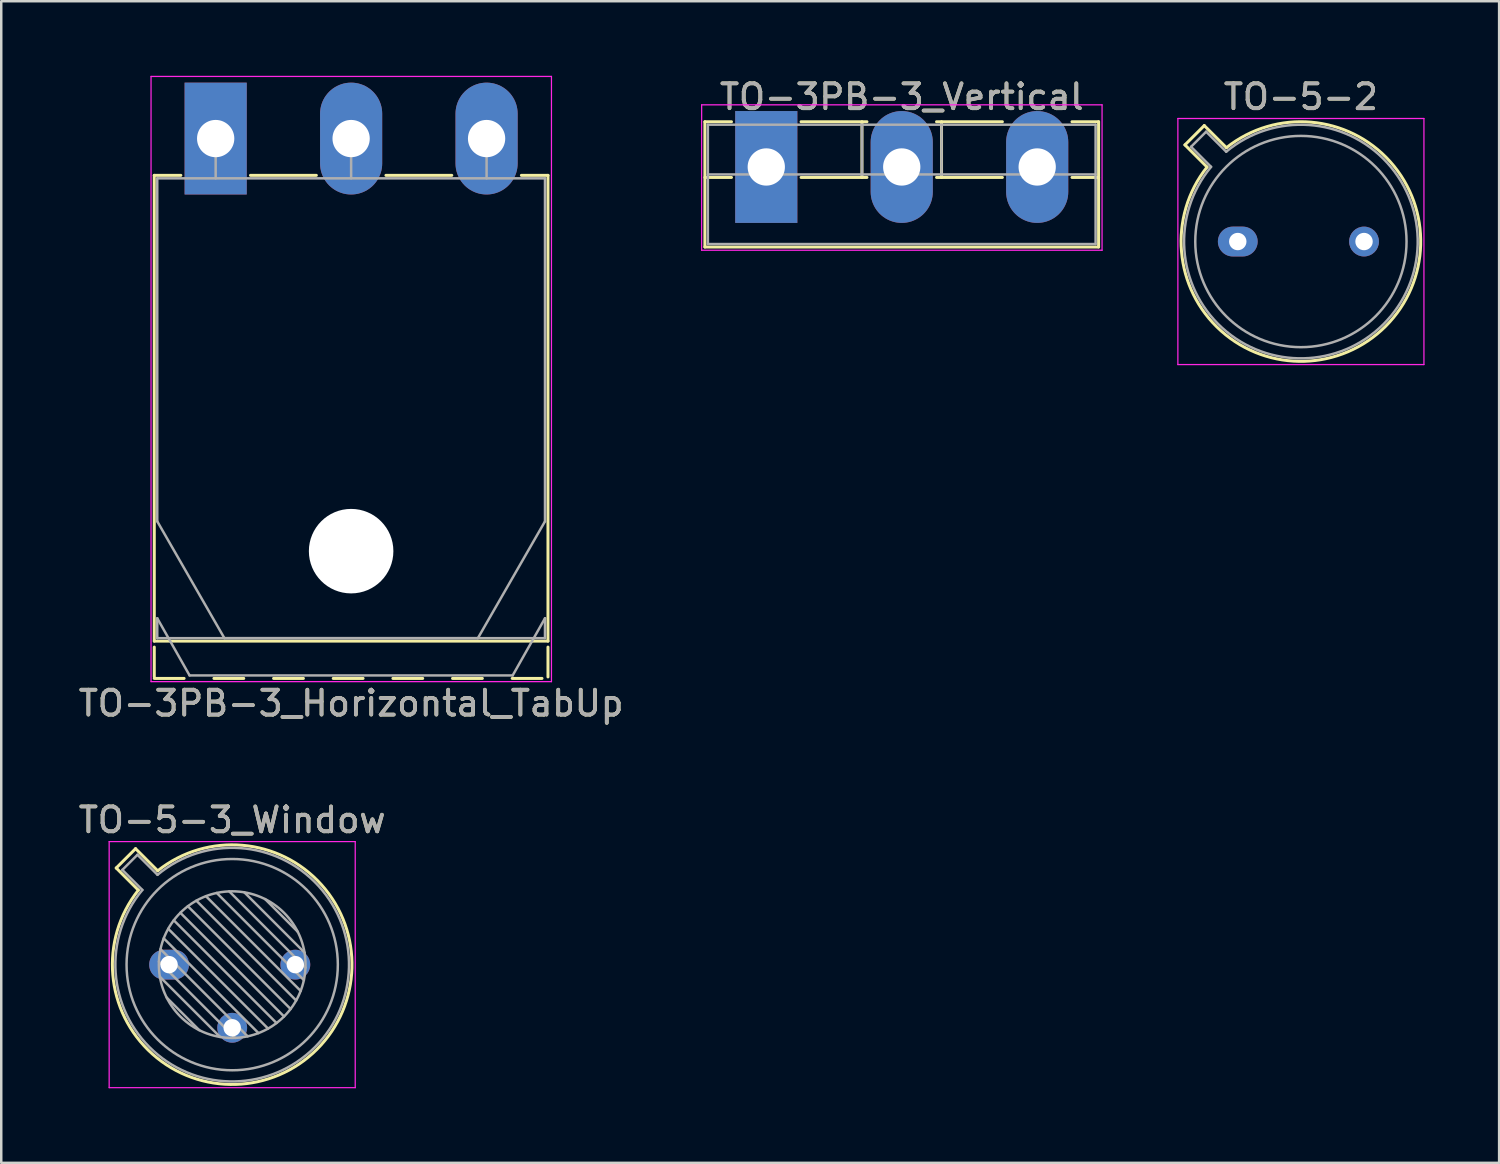
<source format=kicad_pcb>
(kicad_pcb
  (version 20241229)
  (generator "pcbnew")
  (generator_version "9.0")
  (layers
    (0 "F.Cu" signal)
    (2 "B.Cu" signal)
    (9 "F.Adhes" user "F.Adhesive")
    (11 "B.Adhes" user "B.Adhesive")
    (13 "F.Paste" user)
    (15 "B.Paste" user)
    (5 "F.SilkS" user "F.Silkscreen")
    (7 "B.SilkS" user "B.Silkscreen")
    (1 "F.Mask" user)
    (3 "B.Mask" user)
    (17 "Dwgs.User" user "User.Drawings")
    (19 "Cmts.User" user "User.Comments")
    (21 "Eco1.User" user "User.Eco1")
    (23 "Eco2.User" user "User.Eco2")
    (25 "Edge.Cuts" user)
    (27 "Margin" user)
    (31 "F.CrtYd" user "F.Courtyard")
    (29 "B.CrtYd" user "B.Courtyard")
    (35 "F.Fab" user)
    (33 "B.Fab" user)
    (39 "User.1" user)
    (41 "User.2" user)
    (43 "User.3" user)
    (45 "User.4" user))
  (footprint "TO-3PB-3_Vertical"
    (layer "F.Cu")
    (at 27.78 3.668)
    (property "Reference" "TO-3PB-3_Vertical" (at 5.45 -2.82 0) (layer "F.SilkS") (effects (font (size 1 1) (thickness 0.15))))
    (attr through_hole)
    (fp_line (start -2.47 -1.82) (end -2.47 3.22) (stroke (width 0.12) (type solid)) (layer "F.SilkS"))
    (fp_line (start -2.47 -1.82) (end -1.4 -1.82) (stroke (width 0.12) (type solid)) (layer "F.SilkS"))
    (fp_line (start -2.47 0.421) (end -1.4 0.421) (stroke (width 0.12) (type solid)) (layer "F.SilkS"))
    (fp_line (start -2.47 3.22) (end 13.37 3.22) (stroke (width 0.12) (type solid)) (layer "F.SilkS"))
    (fp_line (start 1.4 -1.82) (end 4.051 -1.82) (stroke (width 0.12) (type solid)) (layer "F.SilkS"))
    (fp_line (start 1.4 0.421) (end 4.051 0.421) (stroke (width 0.12) (type solid)) (layer "F.SilkS"))
    (fp_line (start 3.85 -1.82) (end 3.85 0.421) (stroke (width 0.12) (type solid)) (layer "F.SilkS"))
    (fp_line (start 6.85 -1.82) (end 9.5 -1.82) (stroke (width 0.12) (type solid)) (layer "F.SilkS"))
    (fp_line (start 6.85 0.421) (end 9.5 0.421) (stroke (width 0.12) (type solid)) (layer "F.SilkS"))
    (fp_line (start 7.051 -1.82) (end 7.051 0.421) (stroke (width 0.12) (type solid)) (layer "F.SilkS"))
    (fp_line (start 12.3 -1.82) (end 13.37 -1.82) (stroke (width 0.12) (type solid)) (layer "F.SilkS"))
    (fp_line (start 12.3 0.421) (end 13.37 0.421) (stroke (width 0.12) (type solid)) (layer "F.SilkS"))
    (fp_line (start 13.37 -1.82) (end 13.37 3.22) (stroke (width 0.12) (type solid)) (layer "F.SilkS"))
    (fp_line (start -2.6 -2.5) (end -2.6 3.35) (stroke (width 0.05) (type solid)) (layer "F.CrtYd"))
    (fp_line (start -2.6 3.35) (end 13.51 3.35) (stroke (width 0.05) (type solid)) (layer "F.CrtYd"))
    (fp_line (start 13.51 -2.5) (end -2.6 -2.5) (stroke (width 0.05) (type solid)) (layer "F.CrtYd"))
    (fp_line (start 13.51 3.35) (end 13.51 -2.5) (stroke (width 0.05) (type solid)) (layer "F.CrtYd"))
    (fp_line (start -2.35 -1.7) (end -2.35 3.1) (stroke (width 0.1) (type solid)) (layer "F.Fab"))
    (fp_line (start -2.35 0.3) (end 13.25 0.3) (stroke (width 0.1) (type solid)) (layer "F.Fab"))
    (fp_line (start -2.35 3.1) (end 13.25 3.1) (stroke (width 0.1) (type solid)) (layer "F.Fab"))
    (fp_line (start 3.85 -1.7) (end 3.85 0.3) (stroke (width 0.1) (type solid)) (layer "F.Fab"))
    (fp_line (start 7.05 -1.7) (end 7.05 0.3) (stroke (width 0.1) (type solid)) (layer "F.Fab"))
    (fp_line (start 13.25 -1.7) (end -2.35 -1.7) (stroke (width 0.1) (type solid)) (layer "F.Fab"))
    (fp_line (start 13.25 3.1) (end 13.25 -1.7) (stroke (width 0.1) (type solid)) (layer "F.Fab"))
    (fp_text user "${REFERENCE}" (at 5.45 -2.82 0) (layer "F.Fab") (effects (font (size 1 1) (thickness 0.15))))
    (pad "1" thru_hole rect (at 0 0) (size 2.5 4.5) (drill 1.5) (layers "*.Cu" "*.Mask"))
    (pad "2" thru_hole oval (at 5.45 0) (size 2.5 4.5) (drill 1.5) (layers "*.Cu" "*.Mask"))
    (pad "3" thru_hole oval (at 10.9 0) (size 2.5 4.5) (drill 1.5) (layers "*.Cu" "*.Mask")))
  (footprint "TO-3PB-3_Horizontal_TabUp"
    (layer "F.Cu")
    (at 5.627 2.525)
    (property "Reference" "TO-3PB-3_Horizontal_TabUp" (at 5.45 22.72 0) (layer "F.SilkS") (effects (font (size 1 1) (thickness 0.15))))
    (attr through_hole)
    (fp_line (start -2.47 1.48) (end -2.47 20.22) (stroke (width 0.12) (type solid)) (layer "F.SilkS"))
    (fp_line (start -2.47 1.48) (end -1.4 1.48) (stroke (width 0.12) (type solid)) (layer "F.SilkS"))
    (fp_line (start -2.47 20.22) (end 13.37 20.22) (stroke (width 0.12) (type solid)) (layer "F.SilkS"))
    (fp_line (start -2.47 20.46) (end -2.47 21.66) (stroke (width 0.12) (type solid)) (layer "F.SilkS"))
    (fp_line (start -2.47 21.72) (end -1.27 21.72) (stroke (width 0.12) (type solid)) (layer "F.SilkS"))
    (fp_line (start -0.07 21.72) (end 1.13 21.72) (stroke (width 0.12) (type solid)) (layer "F.SilkS"))
    (fp_line (start 1.4 1.48) (end 4.051 1.48) (stroke (width 0.12) (type solid)) (layer "F.SilkS"))
    (fp_line (start 2.33 21.72) (end 3.53 21.72) (stroke (width 0.12) (type solid)) (layer "F.SilkS"))
    (fp_line (start 4.73 21.72) (end 5.931 21.72) (stroke (width 0.12) (type solid)) (layer "F.SilkS"))
    (fp_line (start 6.85 1.48) (end 9.5 1.48) (stroke (width 0.12) (type solid)) (layer "F.SilkS"))
    (fp_line (start 7.131 21.72) (end 8.33 21.72) (stroke (width 0.12) (type solid)) (layer "F.SilkS"))
    (fp_line (start 9.53 21.72) (end 10.73 21.72) (stroke (width 0.12) (type solid)) (layer "F.SilkS"))
    (fp_line (start 11.93 21.72) (end 13.13 21.72) (stroke (width 0.12) (type solid)) (layer "F.SilkS"))
    (fp_line (start 12.3 1.48) (end 13.37 1.48) (stroke (width 0.12) (type solid)) (layer "F.SilkS"))
    (fp_line (start 13.37 1.48) (end 13.37 20.22) (stroke (width 0.12) (type solid)) (layer "F.SilkS"))
    (fp_line (start 13.37 20.46) (end 13.37 21.66) (stroke (width 0.12) (type solid)) (layer "F.SilkS"))
    (fp_line (start -2.6 -2.5) (end -2.6 21.85) (stroke (width 0.05) (type solid)) (layer "F.CrtYd"))
    (fp_line (start -2.6 21.85) (end 13.51 21.85) (stroke (width 0.05) (type solid)) (layer "F.CrtYd"))
    (fp_line (start 13.51 -2.5) (end -2.6 -2.5) (stroke (width 0.05) (type solid)) (layer "F.CrtYd"))
    (fp_line (start 13.51 21.85) (end 13.51 -2.5) (stroke (width 0.05) (type solid)) (layer "F.CrtYd"))
    (fp_line (start -2.35 1.6) (end -2.35 15.401) (stroke (width 0.1) (type solid)) (layer "F.Fab"))
    (fp_line (start -2.35 15.401) (end 0.351 20.1) (stroke (width 0.1) (type solid)) (layer "F.Fab"))
    (fp_line (start -2.35 19.3) (end -1.05 21.6) (stroke (width 0.1) (type solid)) (layer "F.Fab"))
    (fp_line (start -2.35 20.1) (end -2.35 19.3) (stroke (width 0.1) (type solid)) (layer "F.Fab"))
    (fp_line (start -1.05 21.6) (end 11.95 21.6) (stroke (width 0.1) (type solid)) (layer "F.Fab"))
    (fp_line (start 0 1.6) (end 0 0) (stroke (width 0.1) (type solid)) (layer "F.Fab"))
    (fp_line (start 0.351 20.1) (end 10.55 20.1) (stroke (width 0.1) (type solid)) (layer "F.Fab"))
    (fp_line (start 5.45 1.6) (end 5.45 0) (stroke (width 0.1) (type solid)) (layer "F.Fab"))
    (fp_line (start 10.55 20.1) (end 13.25 15.401) (stroke (width 0.1) (type solid)) (layer "F.Fab"))
    (fp_line (start 10.9 1.6) (end 10.9 0) (stroke (width 0.1) (type solid)) (layer "F.Fab"))
    (fp_line (start 11.95 21.6) (end 13.25 19.3) (stroke (width 0.1) (type solid)) (layer "F.Fab"))
    (fp_line (start 13.25 1.6) (end -2.35 1.6) (stroke (width 0.1) (type solid)) (layer "F.Fab"))
    (fp_line (start 13.25 15.401) (end 13.25 1.6) (stroke (width 0.1) (type solid)) (layer "F.Fab"))
    (fp_line (start 13.25 19.3) (end 13.25 20.1) (stroke (width 0.1) (type solid)) (layer "F.Fab"))
    (fp_line (start 13.25 20.1) (end -2.35 20.1) (stroke (width 0.1) (type solid)) (layer "F.Fab"))
    (fp_circle (center 5.45 16.6) (end 7.05 16.6) (stroke (width 0.1) (type solid)) (fill no) (layer "F.Fab"))
    (fp_text user "${REFERENCE}" (at 5.45 22.72 0) (layer "F.Fab") (effects (font (size 1 1) (thickness 0.15))))
    (pad "" np_thru_hole oval (at 5.45 16.6) (size 3.4 3.4) (drill 3.4) (layers "*.Cu" "*.Mask"))
    (pad "1" thru_hole rect (at 0 0) (size 2.5 4.5) (drill 1.5) (layers "*.Cu" "*.Mask"))
    (pad "2" thru_hole oval (at 5.45 0) (size 2.5 4.5) (drill 1.5) (layers "*.Cu" "*.Mask"))
    (pad "3" thru_hole oval (at 10.9 0) (size 2.5 4.5) (drill 1.5) (layers "*.Cu" "*.Mask")))
  (footprint "TO-5-3_Window"
    (layer "F.Cu")
    (at 3.752 35.761)
    (property "Reference" "TO-5-3_Window" (at 2.54 -5.82 0) (layer "F.SilkS") (effects (font (size 1 1) (thickness 0.15))))
    (attr through_hole)
    (fp_line (start -2.126 -3.888) (end -1.235 -2.997) (stroke (width 0.12) (type solid)) (layer "F.SilkS"))
    (fp_line (start -1.348 -4.666) (end -2.126 -3.888) (stroke (width 0.12) (type solid)) (layer "F.SilkS"))
    (fp_line (start -0.457 -3.775) (end -1.348 -4.666) (stroke (width 0.12) (type solid)) (layer "F.SilkS"))
    (fp_arc (start -0.457084 -3.774902) (mid 5.948125 3.408384) (end -1.234674 -2.997371) (stroke (width 0.12) (type solid)) (layer "F.SilkS"))
    (fp_line (start -2.41 -4.95) (end -2.41 4.95) (stroke (width 0.05) (type solid)) (layer "F.CrtYd"))
    (fp_line (start -2.41 4.95) (end 7.49 4.95) (stroke (width 0.05) (type solid)) (layer "F.CrtYd"))
    (fp_line (start 7.49 -4.95) (end -2.41 -4.95) (stroke (width 0.05) (type solid)) (layer "F.CrtYd"))
    (fp_line (start 7.49 4.95) (end 7.49 -4.95) (stroke (width 0.05) (type solid)) (layer "F.CrtYd"))
    (fp_line (start -1.88 -3.812) (end -1.074 -3.005) (stroke (width 0.1) (type solid)) (layer "F.Fab"))
    (fp_line (start -1.272 -4.42) (end -1.88 -3.812) (stroke (width 0.1) (type solid)) (layer "F.Fab"))
    (fp_line (start -0.465 -3.614) (end -1.272 -4.42) (stroke (width 0.1) (type solid)) (layer "F.Fab"))
    (fp_line (start -0.408 -0.12) (end 2.66 2.948) (stroke (width 0.1) (type solid)) (layer "F.Fab"))
    (fp_line (start -0.371 0.485) (end 2.055 2.911) (stroke (width 0.1) (type solid)) (layer "F.Fab"))
    (fp_line (start -0.344 -0.622) (end 3.162 2.884) (stroke (width 0.1) (type solid)) (layer "F.Fab"))
    (fp_line (start -0.215 -1.058) (end 3.598 2.755) (stroke (width 0.1) (type solid)) (layer "F.Fab"))
    (fp_line (start -0.097 1.324) (end 1.216 2.637) (stroke (width 0.1) (type solid)) (layer "F.Fab"))
    (fp_line (start -0.034 -1.443) (end 3.983 2.574) (stroke (width 0.1) (type solid)) (layer "F.Fab"))
    (fp_line (start 0.19 -1.784) (end 4.324 2.35) (stroke (width 0.1) (type solid)) (layer "F.Fab"))
    (fp_line (start 0.454 -2.086) (end 4.626 2.086) (stroke (width 0.1) (type solid)) (layer "F.Fab"))
    (fp_line (start 0.756 -2.35) (end 4.89 1.784) (stroke (width 0.1) (type solid)) (layer "F.Fab"))
    (fp_line (start 1.097 -2.574) (end 5.114 1.443) (stroke (width 0.1) (type solid)) (layer "F.Fab"))
    (fp_line (start 1.482 -2.755) (end 5.295 1.058) (stroke (width 0.1) (type solid)) (layer "F.Fab"))
    (fp_line (start 1.918 -2.884) (end 5.424 0.622) (stroke (width 0.1) (type solid)) (layer "F.Fab"))
    (fp_line (start 2.42 -2.948) (end 5.488 0.12) (stroke (width 0.1) (type solid)) (layer "F.Fab"))
    (fp_line (start 3.025 -2.911) (end 5.451 -0.485) (stroke (width 0.1) (type solid)) (layer "F.Fab"))
    (fp_line (start 3.864 -2.637) (end 5.177 -1.324) (stroke (width 0.1) (type solid)) (layer "F.Fab"))
    (fp_arc (start -0.465408 -3.61352) (mid 5.863443 3.323361) (end -1.073594 -3.005319) (stroke (width 0.1) (type solid)) (layer "F.Fab"))
    (fp_circle (center 2.54 0) (end 5.49 0) (stroke (width 0.1) (type solid)) (fill no) (layer "F.Fab"))
    (fp_circle (center 2.54 0) (end 6.79 0) (stroke (width 0.1) (type solid)) (fill no) (layer "F.Fab"))
    (fp_text user "${REFERENCE}" (at 2.54 -5.82 0) (layer "F.Fab") (effects (font (size 1 1) (thickness 0.15))))
    (pad "1" thru_hole oval (at 0 0) (size 1.6 1.2) (drill 0.7) (layers "*.Cu" "*.Mask"))
    (pad "2" thru_hole oval (at 2.54 2.54) (size 1.2 1.2) (drill 0.7) (layers "*.Cu" "*.Mask"))
    (pad "3" thru_hole oval (at 5.08 0) (size 1.2 1.2) (drill 0.7) (layers "*.Cu" "*.Mask")))
  (footprint "TO-5-2"
    (layer "F.Cu")
    (at 46.75 6.668)
    (property "Reference" "TO-5-2" (at 2.54 -5.82 0) (layer "F.SilkS") (effects (font (size 1 1) (thickness 0.15))))
    (attr through_hole)
    (fp_line (start -2.126 -3.888) (end -1.235 -2.997) (stroke (width 0.12) (type solid)) (layer "F.SilkS"))
    (fp_line (start -1.348 -4.666) (end -2.126 -3.888) (stroke (width 0.12) (type solid)) (layer "F.SilkS"))
    (fp_line (start -0.457 -3.775) (end -1.348 -4.666) (stroke (width 0.12) (type solid)) (layer "F.SilkS"))
    (fp_arc (start -0.457084 -3.774902) (mid 5.948125 3.408384) (end -1.234674 -2.997371) (stroke (width 0.12) (type solid)) (layer "F.SilkS"))
    (fp_line (start -2.41 -4.95) (end -2.41 4.95) (stroke (width 0.05) (type solid)) (layer "F.CrtYd"))
    (fp_line (start -2.41 4.95) (end 7.49 4.95) (stroke (width 0.05) (type solid)) (layer "F.CrtYd"))
    (fp_line (start 7.49 -4.95) (end -2.41 -4.95) (stroke (width 0.05) (type solid)) (layer "F.CrtYd"))
    (fp_line (start 7.49 4.95) (end 7.49 -4.95) (stroke (width 0.05) (type solid)) (layer "F.CrtYd"))
    (fp_line (start -1.88 -3.812) (end -1.074 -3.005) (stroke (width 0.1) (type solid)) (layer "F.Fab"))
    (fp_line (start -1.272 -4.42) (end -1.88 -3.812) (stroke (width 0.1) (type solid)) (layer "F.Fab"))
    (fp_line (start -0.465 -3.614) (end -1.272 -4.42) (stroke (width 0.1) (type solid)) (layer "F.Fab"))
    (fp_arc (start -0.465408 -3.61352) (mid 5.863443 3.323361) (end -1.073594 -3.005319) (stroke (width 0.1) (type solid)) (layer "F.Fab"))
    (fp_circle (center 2.54 0) (end 6.79 0) (stroke (width 0.1) (type solid)) (fill no) (layer "F.Fab"))
    (fp_text user "${REFERENCE}" (at 2.54 -5.82 0) (layer "F.Fab") (effects (font (size 1 1) (thickness 0.15))))
    (pad "1" thru_hole oval (at 0 0) (size 1.6 1.2) (drill 0.7) (layers "*.Cu" "*.Mask"))
    (pad "2" thru_hole oval (at 5.08 0) (size 1.2 1.2) (drill 0.7) (layers "*.Cu" "*.Mask")))
  (gr_rect
    (start -3 -3)
    (end 57.265 43.736)
    (stroke (width 0.1) (type default))
    (fill no)
    (layer "Edge.Cuts")))
</source>
